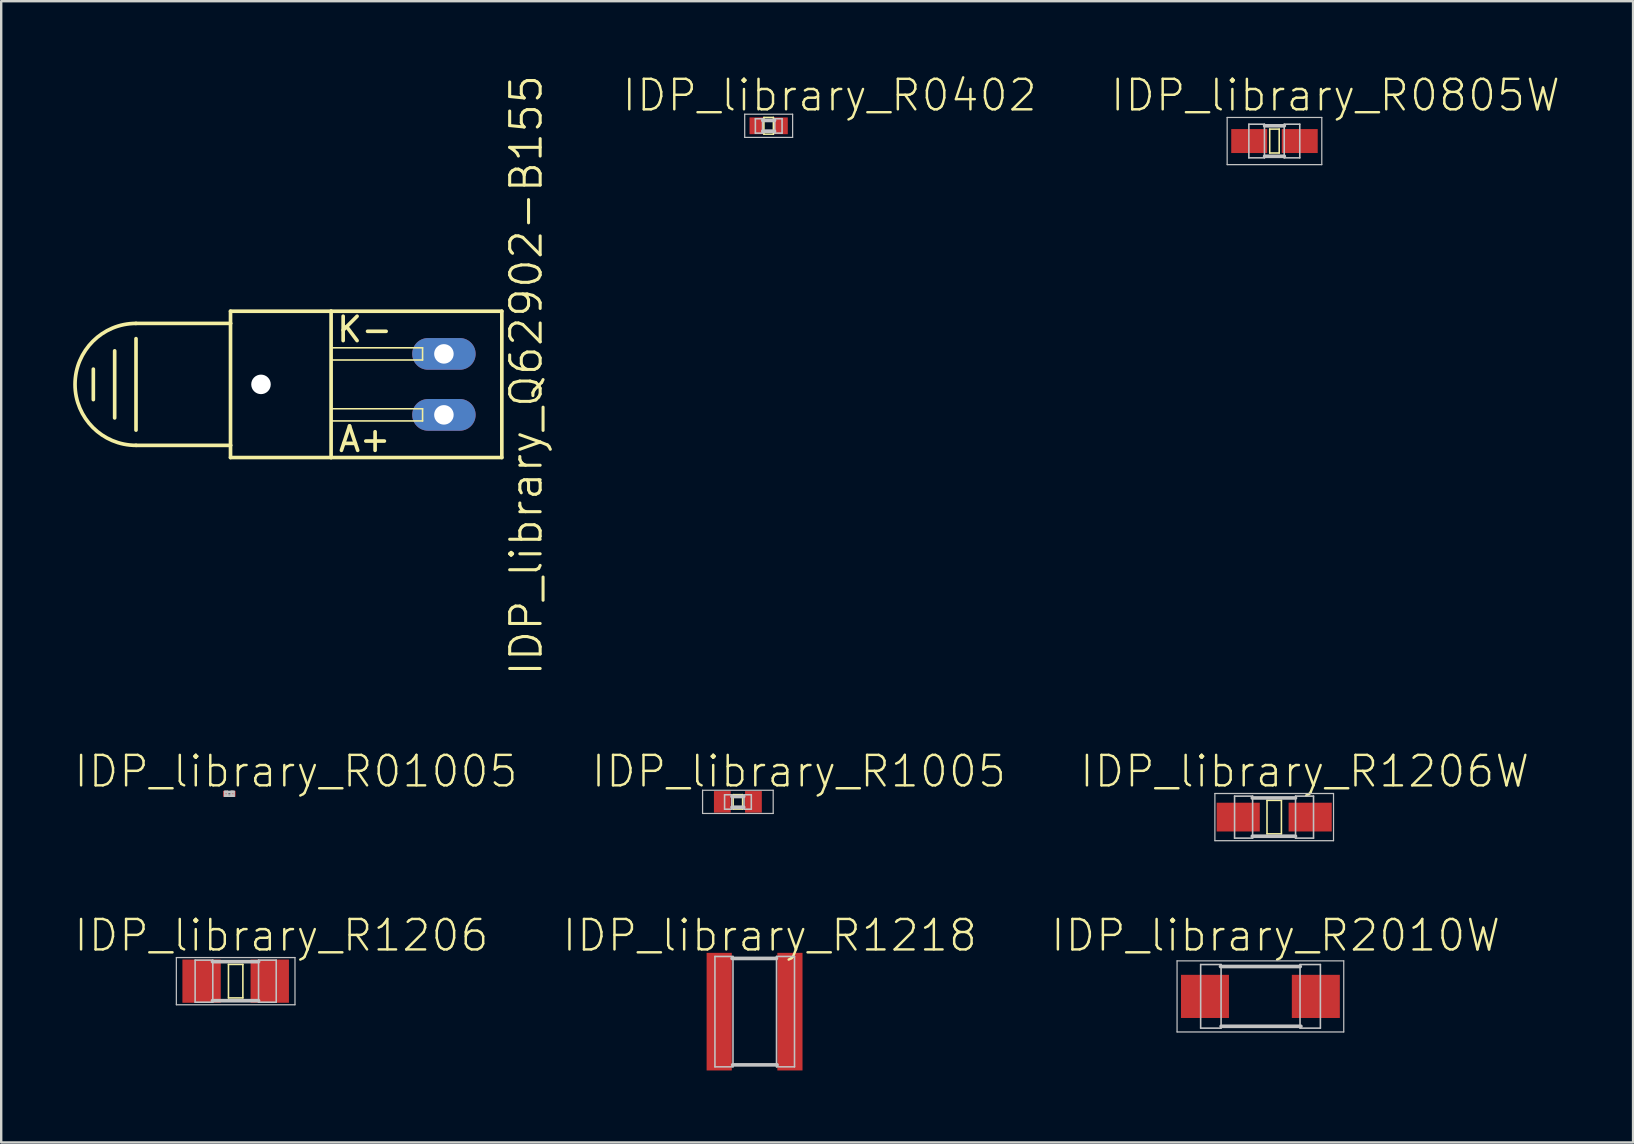
<source format=kicad_pcb>
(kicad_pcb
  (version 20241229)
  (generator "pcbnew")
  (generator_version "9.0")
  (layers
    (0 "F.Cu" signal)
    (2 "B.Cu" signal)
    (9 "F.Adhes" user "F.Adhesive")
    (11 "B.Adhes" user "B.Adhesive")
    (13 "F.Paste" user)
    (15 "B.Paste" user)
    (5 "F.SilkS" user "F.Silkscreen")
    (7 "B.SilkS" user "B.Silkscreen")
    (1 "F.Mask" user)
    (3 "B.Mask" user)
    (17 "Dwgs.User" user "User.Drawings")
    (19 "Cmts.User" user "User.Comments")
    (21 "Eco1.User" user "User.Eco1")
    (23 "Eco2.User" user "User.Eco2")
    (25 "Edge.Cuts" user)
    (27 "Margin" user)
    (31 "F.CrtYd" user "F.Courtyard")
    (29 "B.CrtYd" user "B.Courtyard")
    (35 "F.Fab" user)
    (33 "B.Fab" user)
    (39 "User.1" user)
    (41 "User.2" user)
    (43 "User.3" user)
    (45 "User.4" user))
  (footprint "IDP_library_R2010W"
    (layer "F.Cu")
    (at 49.458 38.46)
    (property "Reference" "IDP_library_R2010W" (at 0.635 -2.54 0) (layer "F.SilkS") (effects (font (size 1.27 1.27) (thickness 0.102))))
    (attr smd)
    (fp_line (start -3.472 -1.481) (end 3.472 -1.481) (stroke (width 0.051) (type solid)) (layer "Dwgs.User"))
    (fp_line (start -3.472 1.481) (end -3.472 -1.481) (stroke (width 0.051) (type solid)) (layer "Dwgs.User"))
    (fp_line (start -2.489 -1.328) (end -1.638 -1.328) (stroke (width 0.066) (type solid)) (layer "Dwgs.User"))
    (fp_line (start -2.489 1.321) (end -2.489 -1.328) (stroke (width 0.066) (type solid)) (layer "Dwgs.User"))
    (fp_line (start -2.489 1.321) (end -1.638 1.321) (stroke (width 0.066) (type solid)) (layer "Dwgs.User"))
    (fp_line (start -1.661 -1.245) (end 1.661 -1.245) (stroke (width 0.152) (type solid)) (layer "Dwgs.User"))
    (fp_line (start -1.638 1.321) (end -1.638 -1.328) (stroke (width 0.066) (type solid)) (layer "Dwgs.User"))
    (fp_line (start -1.636 1.245) (end 1.687 1.245) (stroke (width 0.152) (type solid)) (layer "Dwgs.User"))
    (fp_line (start 1.651 -1.328) (end 2.499 -1.328) (stroke (width 0.066) (type solid)) (layer "Dwgs.User"))
    (fp_line (start 1.651 1.321) (end 1.651 -1.328) (stroke (width 0.066) (type solid)) (layer "Dwgs.User"))
    (fp_line (start 1.651 1.321) (end 2.499 1.321) (stroke (width 0.066) (type solid)) (layer "Dwgs.User"))
    (fp_line (start 2.499 1.321) (end 2.499 -1.328) (stroke (width 0.066) (type solid)) (layer "Dwgs.User"))
    (fp_line (start 3.472 -1.481) (end 3.472 1.481) (stroke (width 0.051) (type solid)) (layer "Dwgs.User"))
    (fp_line (start 3.472 1.481) (end -3.472 1.481) (stroke (width 0.051) (type solid)) (layer "Dwgs.User"))
    (pad "1" smd rect (at -2.309 0) (size 1.999 1.798) (layers "F.Cu" "F.Mask" "F.Paste"))
    (pad "2" smd rect (at 2.309 0) (size 1.999 1.798) (layers "F.Cu" "F.Mask" "F.Paste")))
  (footprint "IDP_library_R01005"
    (layer "F.Cu")
    (at 6.505 30.02)
    (property "Reference" "IDP_library_R01005" (at 2.774 -0.935 0) (layer "F.SilkS") (effects (font (size 1.27 1.27) (thickness 0.102))))
    (attr smd)
    (fp_line (start -0.198 -0.099) (end -0.074 -0.099) (stroke (width 0.066) (type solid)) (layer "Dwgs.User"))
    (fp_line (start -0.198 0.099) (end -0.198 -0.099) (stroke (width 0.066) (type solid)) (layer "Dwgs.User"))
    (fp_line (start -0.198 0.099) (end -0.074 0.099) (stroke (width 0.066) (type solid)) (layer "Dwgs.User"))
    (fp_line (start -0.15 -0.099) (end 0.15 -0.099) (stroke (width 0.066) (type solid)) (layer "Dwgs.User"))
    (fp_line (start -0.15 -0.048) (end -0.15 -0.099) (stroke (width 0.066) (type solid)) (layer "Dwgs.User"))
    (fp_line (start -0.15 -0.048) (end 0.15 -0.048) (stroke (width 0.066) (type solid)) (layer "Dwgs.User"))
    (fp_line (start -0.15 0.048) (end 0.15 0.048) (stroke (width 0.066) (type solid)) (layer "Dwgs.User"))
    (fp_line (start -0.15 0.099) (end -0.15 0.048) (stroke (width 0.066) (type solid)) (layer "Dwgs.User"))
    (fp_line (start -0.15 0.099) (end 0.15 0.099) (stroke (width 0.066) (type solid)) (layer "Dwgs.User"))
    (fp_line (start -0.074 0.099) (end -0.074 -0.099) (stroke (width 0.066) (type solid)) (layer "Dwgs.User"))
    (fp_line (start 0.074 -0.099) (end 0.198 -0.099) (stroke (width 0.066) (type solid)) (layer "Dwgs.User"))
    (fp_line (start 0.074 0.099) (end 0.074 -0.099) (stroke (width 0.066) (type solid)) (layer "Dwgs.User"))
    (fp_line (start 0.074 0.099) (end 0.198 0.099) (stroke (width 0.066) (type solid)) (layer "Dwgs.User"))
    (fp_line (start 0.15 -0.048) (end 0.15 -0.099) (stroke (width 0.066) (type solid)) (layer "Dwgs.User"))
    (fp_line (start 0.15 0.099) (end 0.15 0.048) (stroke (width 0.066) (type solid)) (layer "Dwgs.User"))
    (fp_line (start 0.198 0.099) (end 0.198 -0.099) (stroke (width 0.066) (type solid)) (layer "Dwgs.User"))
    (pad "1" smd rect (at -0.16 0) (size 0.198 0.249) (layers "F.Cu" "F.Mask" "F.Paste"))
    (pad "2" smd rect (at 0.16 0) (size 0.198 0.249) (layers "F.Cu" "F.Mask" "F.Paste")))
  (footprint "IDP_library_R1218"
    (layer "F.Cu")
    (at 28.385 39.095)
    (property "Reference" "IDP_library_R1218" (at 0.635 -3.175 0) (layer "F.SilkS") (effects (font (size 1.27 1.27) (thickness 0.102))))
    (attr smd)
    (fp_line (start -1.651 -2.299) (end -0.899 -2.299) (stroke (width 0.066) (type solid)) (layer "Dwgs.User"))
    (fp_line (start -1.651 2.299) (end -1.651 -2.299) (stroke (width 0.066) (type solid)) (layer "Dwgs.User"))
    (fp_line (start -1.651 2.299) (end -0.899 2.299) (stroke (width 0.066) (type solid)) (layer "Dwgs.User"))
    (fp_line (start -0.912 2.217) (end 0.937 2.217) (stroke (width 0.152) (type solid)) (layer "Dwgs.User"))
    (fp_line (start -0.899 2.299) (end -0.899 -2.299) (stroke (width 0.066) (type solid)) (layer "Dwgs.User"))
    (fp_line (start 0.912 -2.217) (end -0.937 -2.217) (stroke (width 0.152) (type solid)) (layer "Dwgs.User"))
    (fp_line (start 0.914 -2.299) (end 1.664 -2.299) (stroke (width 0.066) (type solid)) (layer "Dwgs.User"))
    (fp_line (start 0.914 2.299) (end 0.914 -2.299) (stroke (width 0.066) (type solid)) (layer "Dwgs.User"))
    (fp_line (start 0.914 2.299) (end 1.664 2.299) (stroke (width 0.066) (type solid)) (layer "Dwgs.User"))
    (fp_line (start 1.664 2.299) (end 1.664 -2.299) (stroke (width 0.066) (type solid)) (layer "Dwgs.User"))
    (pad "1" smd rect (at -1.473 0) (size 1.049 4.9) (layers "F.Cu" "F.Mask" "F.Paste"))
    (pad "2" smd rect (at 1.473 0) (size 1.049 4.9) (layers "F.Cu" "F.Mask" "F.Paste")))
  (footprint "IDP_library_R1206"
    (layer "F.Cu")
    (at 6.768 37.825)
    (property "Reference" "IDP_library_R1206" (at 1.905 -1.905 0) (layer "F.SilkS") (effects (font (size 1.27 1.27) (thickness 0.102))))
    (attr smd)
    (fp_line (start -0.3 -0.699) (end 0.3 -0.699) (stroke (width 0.066) (type solid)) (layer "F.SilkS"))
    (fp_line (start -0.3 0.699) (end -0.3 -0.699) (stroke (width 0.066) (type solid)) (layer "F.SilkS"))
    (fp_line (start -0.3 0.699) (end 0.3 0.699) (stroke (width 0.066) (type solid)) (layer "F.SilkS"))
    (fp_line (start 0.3 0.699) (end 0.3 -0.699) (stroke (width 0.066) (type solid)) (layer "F.SilkS"))
    (fp_line (start -2.471 -0.983) (end 2.471 -0.983) (stroke (width 0.051) (type solid)) (layer "Dwgs.User"))
    (fp_line (start -2.471 0.983) (end -2.471 -0.983) (stroke (width 0.051) (type solid)) (layer "Dwgs.User"))
    (fp_line (start -1.689 -0.876) (end -0.953 -0.876) (stroke (width 0.066) (type solid)) (layer "Dwgs.User"))
    (fp_line (start -1.689 0.876) (end -1.689 -0.876) (stroke (width 0.066) (type solid)) (layer "Dwgs.User"))
    (fp_line (start -1.689 0.876) (end -0.953 0.876) (stroke (width 0.066) (type solid)) (layer "Dwgs.User"))
    (fp_line (start -0.953 0.876) (end -0.953 -0.876) (stroke (width 0.066) (type solid)) (layer "Dwgs.User"))
    (fp_line (start 0.953 -0.876) (end 1.689 -0.876) (stroke (width 0.066) (type solid)) (layer "Dwgs.User"))
    (fp_line (start 0.953 -0.813) (end -0.965 -0.813) (stroke (width 0.152) (type solid)) (layer "Dwgs.User"))
    (fp_line (start 0.953 0.813) (end -0.965 0.813) (stroke (width 0.152) (type solid)) (layer "Dwgs.User"))
    (fp_line (start 0.953 0.876) (end 0.953 -0.876) (stroke (width 0.066) (type solid)) (layer "Dwgs.User"))
    (fp_line (start 0.953 0.876) (end 1.689 0.876) (stroke (width 0.066) (type solid)) (layer "Dwgs.User"))
    (fp_line (start 1.689 0.876) (end 1.689 -0.876) (stroke (width 0.066) (type solid)) (layer "Dwgs.User"))
    (fp_line (start 2.471 -0.983) (end 2.471 0.983) (stroke (width 0.051) (type solid)) (layer "Dwgs.User"))
    (fp_line (start 2.471 0.983) (end -2.471 0.983) (stroke (width 0.051) (type solid)) (layer "Dwgs.User"))
    (pad "1" smd rect (at -1.42 0) (size 1.598 1.801) (layers "F.Cu" "F.Mask" "F.Paste"))
    (pad "2" smd rect (at 1.42 0) (size 1.598 1.801) (layers "F.Cu" "F.Mask" "F.Paste")))
  (footprint "IDP_library_R1206W"
    (layer "F.Cu")
    (at 50.033 30.99)
    (property "Reference" "IDP_library_R1206W" (at 1.27 -1.905 0) (layer "F.SilkS") (effects (font (size 1.27 1.27) (thickness 0.102))))
    (attr smd)
    (fp_line (start -0.3 -0.699) (end 0.3 -0.699) (stroke (width 0.066) (type solid)) (layer "F.SilkS"))
    (fp_line (start -0.3 0.699) (end -0.3 -0.699) (stroke (width 0.066) (type solid)) (layer "F.SilkS"))
    (fp_line (start -0.3 0.699) (end 0.3 0.699) (stroke (width 0.066) (type solid)) (layer "F.SilkS"))
    (fp_line (start 0.3 0.699) (end 0.3 -0.699) (stroke (width 0.066) (type solid)) (layer "F.SilkS"))
    (fp_line (start -2.471 -0.983) (end 2.471 -0.983) (stroke (width 0.051) (type solid)) (layer "Dwgs.User"))
    (fp_line (start -2.471 0.983) (end -2.471 -0.983) (stroke (width 0.051) (type solid)) (layer "Dwgs.User"))
    (fp_line (start -1.651 -0.874) (end -0.899 -0.874) (stroke (width 0.066) (type solid)) (layer "Dwgs.User"))
    (fp_line (start -1.651 0.876) (end -1.651 -0.874) (stroke (width 0.066) (type solid)) (layer "Dwgs.User"))
    (fp_line (start -1.651 0.876) (end -0.899 0.876) (stroke (width 0.066) (type solid)) (layer "Dwgs.User"))
    (fp_line (start -0.912 -0.798) (end 0.886 -0.798) (stroke (width 0.152) (type solid)) (layer "Dwgs.User"))
    (fp_line (start -0.912 0.798) (end 0.886 0.798) (stroke (width 0.152) (type solid)) (layer "Dwgs.User"))
    (fp_line (start -0.899 0.876) (end -0.899 -0.874) (stroke (width 0.066) (type solid)) (layer "Dwgs.User"))
    (fp_line (start 0.889 -0.874) (end 1.638 -0.874) (stroke (width 0.066) (type solid)) (layer "Dwgs.User"))
    (fp_line (start 0.889 0.876) (end 0.889 -0.874) (stroke (width 0.066) (type solid)) (layer "Dwgs.User"))
    (fp_line (start 0.889 0.876) (end 1.638 0.876) (stroke (width 0.066) (type solid)) (layer "Dwgs.User"))
    (fp_line (start 1.638 0.876) (end 1.638 -0.874) (stroke (width 0.066) (type solid)) (layer "Dwgs.User"))
    (fp_line (start 2.471 -0.983) (end 2.471 0.983) (stroke (width 0.051) (type solid)) (layer "Dwgs.User"))
    (fp_line (start 2.471 0.983) (end -2.471 0.983) (stroke (width 0.051) (type solid)) (layer "Dwgs.User"))
    (pad "1" smd rect (at -1.499 0) (size 1.798 1.199) (layers "F.Cu" "F.Mask" "F.Paste"))
    (pad "2" smd rect (at 1.499 0) (size 1.798 1.199) (layers "F.Cu" "F.Mask" "F.Paste")))
  (footprint "IDP_library_Q62902-B155"
    (layer "F.Cu")
    (at 7.823 12.963)
    (property "Reference" "IDP_library_Q62902-B155" (at 11.049 -0.381 90) (layer "F.SilkS") (effects (font (size 1.27 1.27) (thickness 0.127))))
    (attr exclude_from_pos_files exclude_from_bom)
    (fp_line (start -6.985 -0.635) (end -6.985 0.635) (stroke (width 0.152) (type solid)) (layer "F.SilkS"))
    (fp_line (start -6.096 -1.397) (end -6.096 1.397) (stroke (width 0.152) (type solid)) (layer "F.SilkS"))
    (fp_line (start -5.207 -1.905) (end -5.207 1.905) (stroke (width 0.152) (type solid)) (layer "F.SilkS"))
    (fp_line (start -5.207 2.54) (end -1.27 2.54) (stroke (width 0.152) (type solid)) (layer "F.SilkS"))
    (fp_line (start -1.27 -2.54) (end -5.207 -2.54) (stroke (width 0.152) (type solid)) (layer "F.SilkS"))
    (fp_line (start -1.27 -2.54) (end -1.27 -3.048) (stroke (width 0.152) (type solid)) (layer "F.SilkS"))
    (fp_line (start -1.27 2.54) (end -1.27 -2.54) (stroke (width 0.152) (type solid)) (layer "F.SilkS"))
    (fp_line (start -1.27 3.048) (end -1.27 2.54) (stroke (width 0.152) (type solid)) (layer "F.SilkS"))
    (fp_line (start -1.27 3.048) (end 2.921 3.048) (stroke (width 0.152) (type solid)) (layer "F.SilkS"))
    (fp_line (start 2.921 -3.048) (end -1.27 -3.048) (stroke (width 0.152) (type solid)) (layer "F.SilkS"))
    (fp_line (start 2.921 -1.524) (end 6.731 -1.524) (stroke (width 0.066) (type solid)) (layer "F.SilkS"))
    (fp_line (start 2.921 -1.016) (end 2.921 -1.524) (stroke (width 0.066) (type solid)) (layer "F.SilkS"))
    (fp_line (start 2.921 -1.016) (end 6.731 -1.016) (stroke (width 0.066) (type solid)) (layer "F.SilkS"))
    (fp_line (start 2.921 1.016) (end 6.731 1.016) (stroke (width 0.066) (type solid)) (layer "F.SilkS"))
    (fp_line (start 2.921 1.524) (end 2.921 1.016) (stroke (width 0.066) (type solid)) (layer "F.SilkS"))
    (fp_line (start 2.921 1.524) (end 6.731 1.524) (stroke (width 0.066) (type solid)) (layer "F.SilkS"))
    (fp_line (start 2.921 3.048) (end 2.921 -3.048) (stroke (width 0.152) (type solid)) (layer "F.SilkS"))
    (fp_line (start 2.921 3.048) (end 10.033 3.048) (stroke (width 0.152) (type solid)) (layer "F.SilkS"))
    (fp_line (start 6.731 -1.016) (end 6.731 -1.524) (stroke (width 0.066) (type solid)) (layer "F.SilkS"))
    (fp_line (start 6.731 1.524) (end 6.731 1.016) (stroke (width 0.066) (type solid)) (layer "F.SilkS"))
    (fp_line (start 10.033 -3.048) (end 2.921 -3.048) (stroke (width 0.152) (type solid)) (layer "F.SilkS"))
    (fp_line (start 10.033 -3.048) (end 10.033 3.048) (stroke (width 0.152) (type solid)) (layer "F.SilkS"))
    (fp_arc (start -5.207 2.54) (mid -7.747 0) (end -5.207 -2.54) (stroke (width 0.1524) (type solid)) (layer "F.SilkS"))
    (fp_text user "A+" (at 4.318 2.286 0) (layer "F.SilkS") (effects (font (size 1.016 1.016) (thickness 0.152))))
    (fp_text user "K-" (at 4.318 -2.286 0) (layer "F.SilkS") (effects (font (size 1.016 1.016) (thickness 0.152))))
    (pad "" np_thru_hole circle (at 0 0) (size 0.813 0.813) (drill 0.813) (layers "*.Cu" "*.Mask"))
    (pad "A" thru_hole oval (at 7.62 1.27 90) (size 1.321 2.642) (drill 0.813) (layers "*.Cu" "*.Paste" "*.Mask"))
    (pad "K" thru_hole oval (at 7.62 -1.27 90) (size 1.321 2.642) (drill 0.813) (layers "*.Cu" "*.Paste" "*.Mask")))
  (footprint "IDP_library_R1005"
    (layer "F.Cu")
    (at 27.69 30.355)
    (property "Reference" "IDP_library_R1005" (at 2.54 -1.27 0) (layer "F.SilkS") (effects (font (size 1.27 1.27) (thickness 0.102))))
    (attr smd)
    (fp_line (start -0.198 -0.3) (end 0.198 -0.3) (stroke (width 0.066) (type solid)) (layer "F.SilkS"))
    (fp_line (start -0.198 0.3) (end -0.198 -0.3) (stroke (width 0.066) (type solid)) (layer "F.SilkS"))
    (fp_line (start -0.198 0.3) (end 0.198 0.3) (stroke (width 0.066) (type solid)) (layer "F.SilkS"))
    (fp_line (start 0.198 0.3) (end 0.198 -0.3) (stroke (width 0.066) (type solid)) (layer "F.SilkS"))
    (fp_line (start -1.471 -0.483) (end 1.471 -0.483) (stroke (width 0.051) (type solid)) (layer "Dwgs.User"))
    (fp_line (start -1.471 0.483) (end -1.471 -0.483) (stroke (width 0.051) (type solid)) (layer "Dwgs.User"))
    (fp_line (start -0.554 -0.295) (end -0.254 -0.295) (stroke (width 0.066) (type solid)) (layer "Dwgs.User"))
    (fp_line (start -0.554 0.305) (end -0.554 -0.295) (stroke (width 0.066) (type solid)) (layer "Dwgs.User"))
    (fp_line (start -0.554 0.305) (end -0.254 0.305) (stroke (width 0.066) (type solid)) (layer "Dwgs.User"))
    (fp_line (start -0.254 0.305) (end -0.254 -0.295) (stroke (width 0.066) (type solid)) (layer "Dwgs.User"))
    (fp_line (start -0.244 -0.224) (end 0.244 -0.224) (stroke (width 0.152) (type solid)) (layer "Dwgs.User"))
    (fp_line (start 0.244 0.224) (end -0.244 0.224) (stroke (width 0.152) (type solid)) (layer "Dwgs.User"))
    (fp_line (start 0.257 -0.295) (end 0.559 -0.295) (stroke (width 0.066) (type solid)) (layer "Dwgs.User"))
    (fp_line (start 0.257 0.305) (end 0.257 -0.295) (stroke (width 0.066) (type solid)) (layer "Dwgs.User"))
    (fp_line (start 0.257 0.305) (end 0.559 0.305) (stroke (width 0.066) (type solid)) (layer "Dwgs.User"))
    (fp_line (start 0.559 0.305) (end 0.559 -0.295) (stroke (width 0.066) (type solid)) (layer "Dwgs.User"))
    (fp_line (start 1.471 -0.483) (end 1.471 0.483) (stroke (width 0.051) (type solid)) (layer "Dwgs.User"))
    (fp_line (start 1.471 0.483) (end -1.471 0.483) (stroke (width 0.051) (type solid)) (layer "Dwgs.User"))
    (pad "1" smd rect (at -0.648 0) (size 0.699 0.899) (layers "F.Cu" "F.Mask" "F.Paste"))
    (pad "2" smd rect (at 0.648 0) (size 0.699 0.899) (layers "F.Cu" "F.Mask" "F.Paste")))
  (footprint "IDP_library_R0805W"
    (layer "F.Cu")
    (at 50.044 2.826)
    (property "Reference" "IDP_library_R0805W" (at 2.54 -1.905 0) (layer "F.SilkS") (effects (font (size 1.27 1.27) (thickness 0.102))))
    (attr smd)
    (fp_line (start -0.198 -0.498) (end 0.198 -0.498) (stroke (width 0.066) (type solid)) (layer "F.SilkS"))
    (fp_line (start -0.198 0.498) (end -0.198 -0.498) (stroke (width 0.066) (type solid)) (layer "F.SilkS"))
    (fp_line (start -0.198 0.498) (end 0.198 0.498) (stroke (width 0.066) (type solid)) (layer "F.SilkS"))
    (fp_line (start 0.198 0.498) (end 0.198 -0.498) (stroke (width 0.066) (type solid)) (layer "F.SilkS"))
    (fp_line (start -1.971 -0.983) (end 1.971 -0.983) (stroke (width 0.051) (type solid)) (layer "Dwgs.User"))
    (fp_line (start -1.971 0.983) (end -1.971 -0.983) (stroke (width 0.051) (type solid)) (layer "Dwgs.User"))
    (fp_line (start -1.067 -0.701) (end -0.417 -0.701) (stroke (width 0.066) (type solid)) (layer "Dwgs.User"))
    (fp_line (start -1.067 0.699) (end -1.067 -0.701) (stroke (width 0.066) (type solid)) (layer "Dwgs.User"))
    (fp_line (start -1.067 0.699) (end -0.417 0.699) (stroke (width 0.066) (type solid)) (layer "Dwgs.User"))
    (fp_line (start -0.417 0.699) (end -0.417 -0.701) (stroke (width 0.066) (type solid)) (layer "Dwgs.User"))
    (fp_line (start -0.409 -0.635) (end 0.409 -0.635) (stroke (width 0.152) (type solid)) (layer "Dwgs.User"))
    (fp_line (start -0.409 0.635) (end 0.409 0.635) (stroke (width 0.152) (type solid)) (layer "Dwgs.User"))
    (fp_line (start 0.406 -0.701) (end 1.054 -0.701) (stroke (width 0.066) (type solid)) (layer "Dwgs.User"))
    (fp_line (start 0.406 0.699) (end 0.406 -0.701) (stroke (width 0.066) (type solid)) (layer "Dwgs.User"))
    (fp_line (start 0.406 0.699) (end 1.054 0.699) (stroke (width 0.066) (type solid)) (layer "Dwgs.User"))
    (fp_line (start 1.054 0.699) (end 1.054 -0.701) (stroke (width 0.066) (type solid)) (layer "Dwgs.User"))
    (fp_line (start 1.971 -0.983) (end 1.971 0.983) (stroke (width 0.051) (type solid)) (layer "Dwgs.User"))
    (fp_line (start 1.971 0.983) (end -1.971 0.983) (stroke (width 0.051) (type solid)) (layer "Dwgs.User"))
    (pad "1" smd rect (at -1.052 0) (size 1.499 0.998) (layers "F.Cu" "F.Mask" "F.Paste"))
    (pad "2" smd rect (at 1.052 0) (size 1.499 0.998) (layers "F.Cu" "F.Mask" "F.Paste")))
  (footprint "IDP_library_R0402"
    (layer "F.Cu")
    (at 28.972 2.191)
    (property "Reference" "IDP_library_R0402" (at 2.54 -1.27 0) (layer "F.SilkS") (effects (font (size 1.27 1.27) (thickness 0.102))))
    (attr smd)
    (fp_line (start -0.198 -0.348) (end 0.198 -0.348) (stroke (width 0.066) (type solid)) (layer "F.SilkS"))
    (fp_line (start -0.198 0.348) (end -0.198 -0.348) (stroke (width 0.066) (type solid)) (layer "F.SilkS"))
    (fp_line (start -0.198 0.348) (end 0.198 0.348) (stroke (width 0.066) (type solid)) (layer "F.SilkS"))
    (fp_line (start 0.198 0.348) (end 0.198 -0.348) (stroke (width 0.066) (type solid)) (layer "F.SilkS"))
    (fp_line (start -0.998 -0.483) (end 0.998 -0.483) (stroke (width 0.051) (type solid)) (layer "Dwgs.User"))
    (fp_line (start -0.998 0.483) (end -0.998 -0.483) (stroke (width 0.051) (type solid)) (layer "Dwgs.User"))
    (fp_line (start -0.554 -0.295) (end -0.254 -0.295) (stroke (width 0.066) (type solid)) (layer "Dwgs.User"))
    (fp_line (start -0.554 0.305) (end -0.554 -0.295) (stroke (width 0.066) (type solid)) (layer "Dwgs.User"))
    (fp_line (start -0.554 0.305) (end -0.254 0.305) (stroke (width 0.066) (type solid)) (layer "Dwgs.User"))
    (fp_line (start -0.254 0.305) (end -0.254 -0.295) (stroke (width 0.066) (type solid)) (layer "Dwgs.User"))
    (fp_line (start -0.244 -0.224) (end 0.244 -0.224) (stroke (width 0.152) (type solid)) (layer "Dwgs.User"))
    (fp_line (start 0.244 0.224) (end -0.244 0.224) (stroke (width 0.152) (type solid)) (layer "Dwgs.User"))
    (fp_line (start 0.257 -0.295) (end 0.559 -0.295) (stroke (width 0.066) (type solid)) (layer "Dwgs.User"))
    (fp_line (start 0.257 0.305) (end 0.257 -0.295) (stroke (width 0.066) (type solid)) (layer "Dwgs.User"))
    (fp_line (start 0.257 0.305) (end 0.559 0.305) (stroke (width 0.066) (type solid)) (layer "Dwgs.User"))
    (fp_line (start 0.559 0.305) (end 0.559 -0.295) (stroke (width 0.066) (type solid)) (layer "Dwgs.User"))
    (fp_line (start 0.998 -0.483) (end 0.998 0.483) (stroke (width 0.051) (type solid)) (layer "Dwgs.User"))
    (fp_line (start 0.998 0.483) (end -0.998 0.483) (stroke (width 0.051) (type solid)) (layer "Dwgs.User"))
    (pad "1" smd rect (at -0.498 0) (size 0.599 0.699) (layers "F.Cu" "F.Mask" "F.Paste"))
    (pad "2" smd rect (at 0.498 0) (size 0.599 0.699) (layers "F.Cu" "F.Mask" "F.Paste")))
  (gr_rect
    (start -3 -3)
    (end 64.983 44.545)
    (stroke (width 0.1) (type default))
    (fill no)
    (layer "Edge.Cuts")))
</source>
